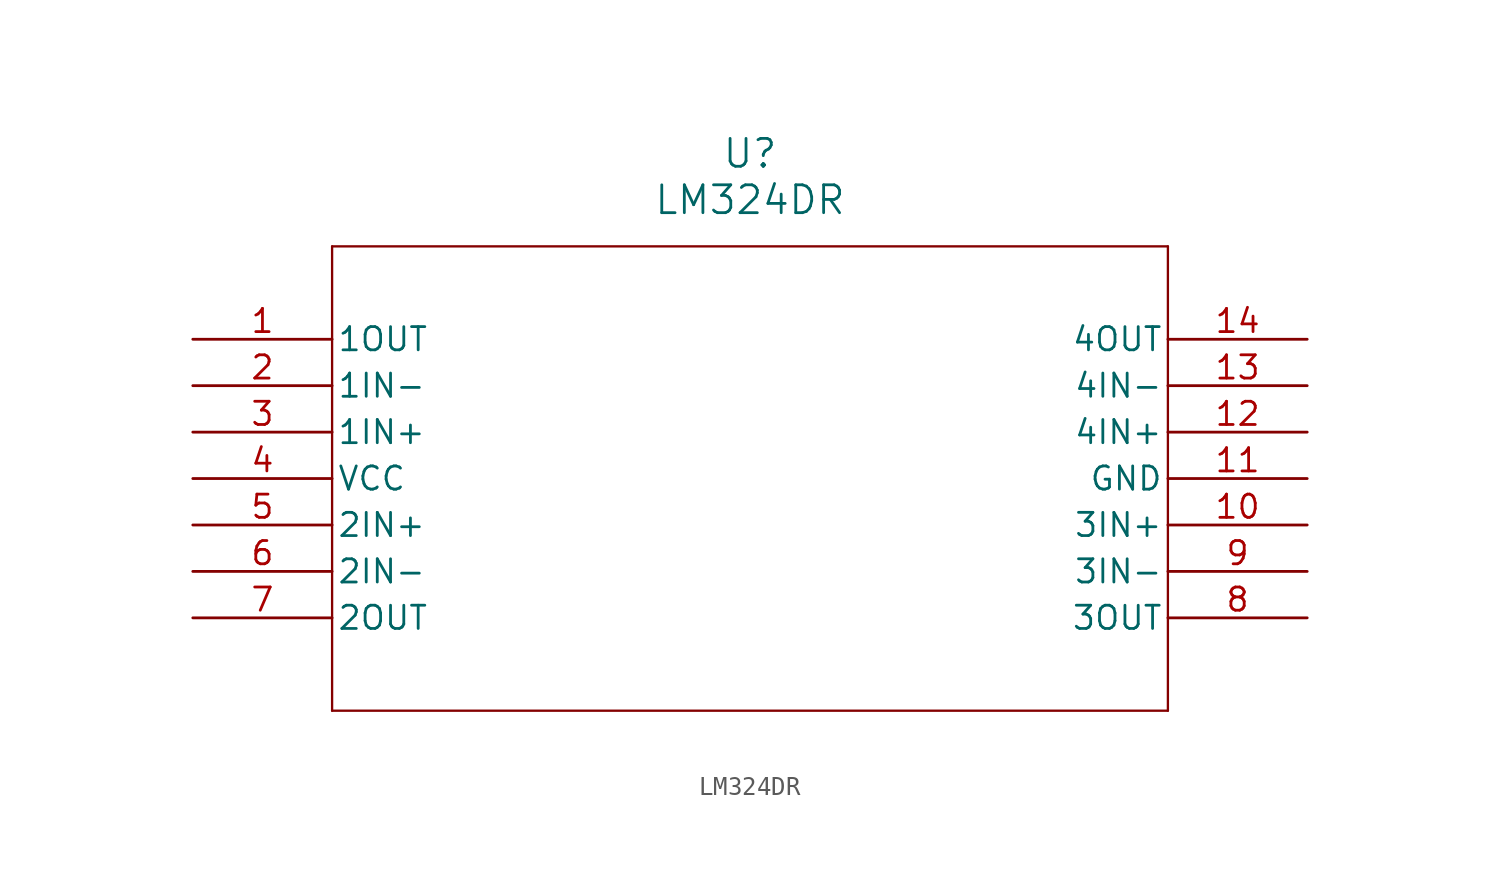
<source format=kicad_sym>
(kicad_symbol_lib
  (version 20211014)
  (generator kicad_symbol_editor)
  (symbol "LM324DR"
    (pin_names
      (offset 0.254))
    (property "Reference" "U"
      (at 30.48 10.16 0)
      (effects (font (size 1.524 1.524))))
    (property "Value" "LM324DR"
      (at 30.48 7.62 0)
      (effects (font (size 1.524 1.524))))
    (symbol "LM324DR_0_1"
      (polyline (pts (xy 7.62 5.08) (xy 7.62 -20.32)) (stroke (width 0.127) (type default) (color 0 0 0 0)) (fill (type none)))
      (polyline (pts (xy 7.62 -20.32) (xy 53.34 -20.32)) (stroke (width 0.127) (type default) (color 0 0 0 0)) (fill (type none)))
      (polyline (pts (xy 53.34 -20.32) (xy 53.34 5.08)) (stroke (width 0.127) (type default) (color 0 0 0 0)) (fill (type none)))
      (polyline (pts (xy 53.34 5.08) (xy 7.62 5.08)) (stroke (width 0.127) (type default) (color 0 0 0 0)) (fill (type none)))
      (pin output line (at 0 0 0) (length 7.62) (name "1OUT" (effects (font (size 1.27 1.27)))) (number "1" (effects (font (size 1.27 1.27)))))
      (pin input line (at 0 -2.54 0) (length 7.62) (name "1IN-" (effects (font (size 1.27 1.27)))) (number "2" (effects (font (size 1.27 1.27)))))
      (pin input line (at 0 -5.08 0) (length 7.62) (name "1IN+" (effects (font (size 1.27 1.27)))) (number "3" (effects (font (size 1.27 1.27)))))
      (pin power_in line (at 0 -7.62 0) (length 7.62) (name "VCC" (effects (font (size 1.27 1.27)))) (number "4" (effects (font (size 1.27 1.27)))))
      (pin input line (at 0 -10.16 0) (length 7.62) (name "2IN+" (effects (font (size 1.27 1.27)))) (number "5" (effects (font (size 1.27 1.27)))))
      (pin input line (at 0 -12.7 0) (length 7.62) (name "2IN-" (effects (font (size 1.27 1.27)))) (number "6" (effects (font (size 1.27 1.27)))))
      (pin output line (at 0 -15.24 0) (length 7.62) (name "2OUT" (effects (font (size 1.27 1.27)))) (number "7" (effects (font (size 1.27 1.27)))))
      (pin output line (at 60.96 -15.24 180) (length 7.62) (name "3OUT" (effects (font (size 1.27 1.27)))) (number "8" (effects (font (size 1.27 1.27)))))
      (pin input line (at 60.96 -12.7 180) (length 7.62) (name "3IN-" (effects (font (size 1.27 1.27)))) (number "9" (effects (font (size 1.27 1.27)))))
      (pin input line (at 60.96 -10.16 180) (length 7.62) (name "3IN+" (effects (font (size 1.27 1.27)))) (number "10" (effects (font (size 1.27 1.27)))))
      (pin power_in line (at 60.96 -7.62 180) (length 7.62) (name "GND" (effects (font (size 1.27 1.27)))) (number "11" (effects (font (size 1.27 1.27)))))
      (pin input line (at 60.96 -5.08 180) (length 7.62) (name "4IN+" (effects (font (size 1.27 1.27)))) (number "12" (effects (font (size 1.27 1.27)))))
      (pin input line (at 60.96 -2.54 180) (length 7.62) (name "4IN-" (effects (font (size 1.27 1.27)))) (number "13" (effects (font (size 1.27 1.27)))))
      (pin output line (at 60.96 0 180) (length 7.62) (name "4OUT" (effects (font (size 1.27 1.27)))) (number "14" (effects (font (size 1.27 1.27))))))))
</source>
